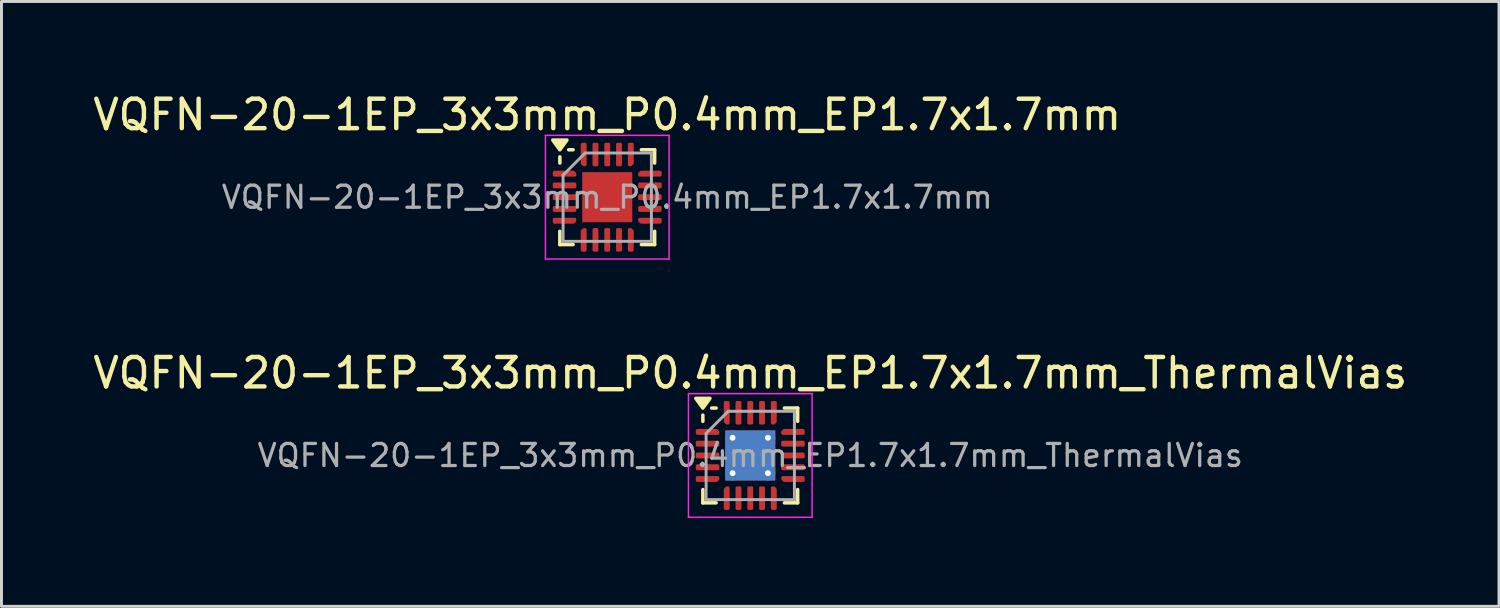
<source format=kicad_pcb>
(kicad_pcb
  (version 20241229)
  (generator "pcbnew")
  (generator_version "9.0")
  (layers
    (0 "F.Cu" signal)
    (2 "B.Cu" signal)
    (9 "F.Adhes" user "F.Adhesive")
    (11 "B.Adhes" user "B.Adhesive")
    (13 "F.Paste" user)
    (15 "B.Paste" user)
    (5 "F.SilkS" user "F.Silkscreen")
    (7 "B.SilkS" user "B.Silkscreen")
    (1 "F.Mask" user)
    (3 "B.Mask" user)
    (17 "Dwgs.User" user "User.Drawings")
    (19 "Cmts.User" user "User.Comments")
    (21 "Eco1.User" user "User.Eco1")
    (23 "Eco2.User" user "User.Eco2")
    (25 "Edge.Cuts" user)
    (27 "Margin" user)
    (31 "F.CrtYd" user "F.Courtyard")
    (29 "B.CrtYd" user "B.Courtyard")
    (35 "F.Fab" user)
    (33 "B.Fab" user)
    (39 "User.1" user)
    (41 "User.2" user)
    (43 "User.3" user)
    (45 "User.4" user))
  (footprint "VQFN-20-1EP_3x3mm_P0.4mm_EP1.7x1.7mm"
    (layer "F.Cu")
    (at 17.577 3.648)
    (property "Reference" "VQFN-20-1EP_3x3mm_P0.4mm_EP1.7x1.7mm" (at 0 -2.8 0) (layer "F.SilkS") (effects (font (size 1 1) (thickness 0.15))))
    (attr smd)
    (fp_line (start -1.61 -1.16) (end -1.61 -1.37) (stroke (width 0.12) (type solid)) (layer "F.SilkS"))
    (fp_line (start -1.61 1.61) (end -1.61 1.16) (stroke (width 0.12) (type solid)) (layer "F.SilkS"))
    (fp_line (start -1.16 -1.61) (end -1.31 -1.61) (stroke (width 0.12) (type solid)) (layer "F.SilkS"))
    (fp_line (start -1.16 1.61) (end -1.61 1.61) (stroke (width 0.12) (type solid)) (layer "F.SilkS"))
    (fp_line (start 1.16 -1.61) (end 1.61 -1.61) (stroke (width 0.12) (type solid)) (layer "F.SilkS"))
    (fp_line (start 1.16 1.61) (end 1.61 1.61) (stroke (width 0.12) (type solid)) (layer "F.SilkS"))
    (fp_line (start 1.61 -1.61) (end 1.61 -1.16) (stroke (width 0.12) (type solid)) (layer "F.SilkS"))
    (fp_line (start 1.61 1.61) (end 1.61 1.16) (stroke (width 0.12) (type solid)) (layer "F.SilkS"))
    (fp_poly (pts (xy -1.61 -1.61) (xy -1.85 -1.94) (xy -1.37 -1.94) (xy -1.61 -1.61)) (stroke (width 0.12) (type solid)) (fill yes) (layer "F.SilkS"))
    (fp_line (start -2.1 -2.1) (end -2.1 2.1) (stroke (width 0.05) (type solid)) (layer "F.CrtYd"))
    (fp_line (start -2.1 2.1) (end 2.1 2.1) (stroke (width 0.05) (type solid)) (layer "F.CrtYd"))
    (fp_line (start 2.1 -2.1) (end -2.1 -2.1) (stroke (width 0.05) (type solid)) (layer "F.CrtYd"))
    (fp_line (start 2.1 2.1) (end 2.1 -2.1) (stroke (width 0.05) (type solid)) (layer "F.CrtYd"))
    (fp_line (start -1.5 -0.75) (end -0.75 -1.5) (stroke (width 0.1) (type solid)) (layer "F.Fab"))
    (fp_line (start -1.5 1.5) (end -1.5 -0.75) (stroke (width 0.1) (type solid)) (layer "F.Fab"))
    (fp_line (start -0.75 -1.5) (end 1.5 -1.5) (stroke (width 0.1) (type solid)) (layer "F.Fab"))
    (fp_line (start 1.5 -1.5) (end 1.5 1.5) (stroke (width 0.1) (type solid)) (layer "F.Fab"))
    (fp_line (start 1.5 1.5) (end -1.5 1.5) (stroke (width 0.1) (type solid)) (layer "F.Fab"))
    (fp_text user "${REFERENCE}" (at 0 0 0) (layer "F.Fab") (effects (font (size 0.75 0.75) (thickness 0.11))))
    (pad "" smd roundrect (at -0.425 -0.425) (size 0.69 0.69) (layers "F.Paste") (roundrect_rratio 0.25))
    (pad "" smd roundrect (at -0.425 0.425) (size 0.69 0.69) (layers "F.Paste") (roundrect_rratio 0.25))
    (pad "" smd roundrect (at 0.425 -0.425) (size 0.69 0.69) (layers "F.Paste") (roundrect_rratio 0.25))
    (pad "" smd roundrect (at 0.425 0.425) (size 0.69 0.69) (layers "F.Paste") (roundrect_rratio 0.25))
    (pad "1" smd custom (at -1.45 -0.8) (size 0.143 0.143) (layers "F.Cu" "F.Mask" "F.Paste") (options (anchor circle)) (primitives (gr_poly (pts (xy -0.35 -0.05) (xy 0.299 -0.05) (xy 0.35 0.001) (xy 0.35 0.05) (xy -0.35 0.05)) (width 0.1) (fill yes))))
    (pad "2" smd roundrect (at -1.45 -0.4) (size 0.8 0.2) (layers "F.Cu" "F.Mask" "F.Paste") (roundrect_rratio 0.25))
    (pad "3" smd roundrect (at -1.45 0) (size 0.8 0.2) (layers "F.Cu" "F.Mask" "F.Paste") (roundrect_rratio 0.25))
    (pad "4" smd roundrect (at -1.45 0.4) (size 0.8 0.2) (layers "F.Cu" "F.Mask" "F.Paste") (roundrect_rratio 0.25))
    (pad "5" smd custom (at -1.45 0.8) (size 0.143 0.143) (layers "F.Cu" "F.Mask" "F.Paste") (options (anchor circle)) (primitives (gr_poly (pts (xy -0.35 -0.05) (xy 0.35 -0.05) (xy 0.35 -0.001) (xy 0.299 0.05) (xy -0.35 0.05)) (width 0.1) (fill yes))))
    (pad "6" smd custom (at -0.8 1.45) (size 0.143 0.143) (layers "F.Cu" "F.Mask" "F.Paste") (options (anchor circle)) (primitives (gr_poly (pts (xy -0.05 -0.299) (xy 0.001 -0.35) (xy 0.05 -0.35) (xy 0.05 0.35) (xy -0.05 0.35)) (width 0.1) (fill yes))))
    (pad "7" smd roundrect (at -0.4 1.45) (size 0.2 0.8) (layers "F.Cu" "F.Mask" "F.Paste") (roundrect_rratio 0.25))
    (pad "8" smd roundrect (at 0 1.45) (size 0.2 0.8) (layers "F.Cu" "F.Mask" "F.Paste") (roundrect_rratio 0.25))
    (pad "9" smd roundrect (at 0.4 1.45) (size 0.2 0.8) (layers "F.Cu" "F.Mask" "F.Paste") (roundrect_rratio 0.25))
    (pad "10" smd custom (at 0.8 1.45) (size 0.143 0.143) (layers "F.Cu" "F.Mask" "F.Paste") (options (anchor circle)) (primitives (gr_poly (pts (xy -0.05 -0.35) (xy -0.001 -0.35) (xy 0.05 -0.299) (xy 0.05 0.35) (xy -0.05 0.35)) (width 0.1) (fill yes))))
    (pad "11" smd custom (at 1.45 0.8) (size 0.143 0.143) (layers "F.Cu" "F.Mask" "F.Paste") (options (anchor circle)) (primitives (gr_poly (pts (xy -0.35 -0.05) (xy 0.35 -0.05) (xy 0.35 0.05) (xy -0.299 0.05) (xy -0.35 -0.001)) (width 0.1) (fill yes))))
    (pad "12" smd roundrect (at 1.45 0.4) (size 0.8 0.2) (layers "F.Cu" "F.Mask" "F.Paste") (roundrect_rratio 0.25))
    (pad "13" smd roundrect (at 1.45 0) (size 0.8 0.2) (layers "F.Cu" "F.Mask" "F.Paste") (roundrect_rratio 0.25))
    (pad "14" smd roundrect (at 1.45 -0.4) (size 0.8 0.2) (layers "F.Cu" "F.Mask" "F.Paste") (roundrect_rratio 0.25))
    (pad "15" smd custom (at 1.45 -0.8) (size 0.143 0.143) (layers "F.Cu" "F.Mask" "F.Paste") (options (anchor circle)) (primitives (gr_poly (pts (xy -0.35 0.001) (xy -0.299 -0.05) (xy 0.35 -0.05) (xy 0.35 0.05) (xy -0.35 0.05)) (width 0.1) (fill yes))))
    (pad "16" smd custom (at 0.8 -1.45) (size 0.143 0.143) (layers "F.Cu" "F.Mask" "F.Paste") (options (anchor circle)) (primitives (gr_poly (pts (xy -0.05 -0.35) (xy 0.05 -0.35) (xy 0.05 0.299) (xy -0.001 0.35) (xy -0.05 0.35)) (width 0.1) (fill yes))))
    (pad "17" smd roundrect (at 0.4 -1.45) (size 0.2 0.8) (layers "F.Cu" "F.Mask" "F.Paste") (roundrect_rratio 0.25))
    (pad "18" smd roundrect (at 0 -1.45) (size 0.2 0.8) (layers "F.Cu" "F.Mask" "F.Paste") (roundrect_rratio 0.25))
    (pad "19" smd roundrect (at -0.4 -1.45) (size 0.2 0.8) (layers "F.Cu" "F.Mask" "F.Paste") (roundrect_rratio 0.25))
    (pad "20" smd custom (at -0.8 -1.45) (size 0.143 0.143) (layers "F.Cu" "F.Mask" "F.Paste") (options (anchor circle)) (primitives (gr_poly (pts (xy -0.05 -0.35) (xy 0.05 -0.35) (xy 0.05 0.35) (xy 0.001 0.35) (xy -0.05 0.299)) (width 0.1) (fill yes))))
    (pad "21" smd rect (at 0 0) (size 1.7 1.7) (property pad_prop_heatsink) (layers "F.Cu" "F.Mask")))
  (footprint "VQFN-20-1EP_3x3mm_P0.4mm_EP1.7x1.7mm_ThermalVias"
    (layer "F.Cu")
    (at 22.435 12.421)
    (property "Reference" "VQFN-20-1EP_3x3mm_P0.4mm_EP1.7x1.7mm_ThermalVias" (at 0 -2.8 0) (layer "F.SilkS") (effects (font (size 1 1) (thickness 0.15))))
    (attr smd)
    (fp_line (start -1.61 -1.16) (end -1.61 -1.37) (stroke (width 0.12) (type solid)) (layer "F.SilkS"))
    (fp_line (start -1.61 1.61) (end -1.61 1.16) (stroke (width 0.12) (type solid)) (layer "F.SilkS"))
    (fp_line (start -1.16 -1.61) (end -1.31 -1.61) (stroke (width 0.12) (type solid)) (layer "F.SilkS"))
    (fp_line (start -1.16 1.61) (end -1.61 1.61) (stroke (width 0.12) (type solid)) (layer "F.SilkS"))
    (fp_line (start 1.16 -1.61) (end 1.61 -1.61) (stroke (width 0.12) (type solid)) (layer "F.SilkS"))
    (fp_line (start 1.16 1.61) (end 1.61 1.61) (stroke (width 0.12) (type solid)) (layer "F.SilkS"))
    (fp_line (start 1.61 -1.61) (end 1.61 -1.16) (stroke (width 0.12) (type solid)) (layer "F.SilkS"))
    (fp_line (start 1.61 1.61) (end 1.61 1.16) (stroke (width 0.12) (type solid)) (layer "F.SilkS"))
    (fp_poly (pts (xy -1.61 -1.61) (xy -1.85 -1.94) (xy -1.37 -1.94) (xy -1.61 -1.61)) (stroke (width 0.12) (type solid)) (fill yes) (layer "F.SilkS"))
    (fp_line (start -2.1 -2.1) (end -2.1 2.1) (stroke (width 0.05) (type solid)) (layer "F.CrtYd"))
    (fp_line (start -2.1 2.1) (end 2.1 2.1) (stroke (width 0.05) (type solid)) (layer "F.CrtYd"))
    (fp_line (start 2.1 -2.1) (end -2.1 -2.1) (stroke (width 0.05) (type solid)) (layer "F.CrtYd"))
    (fp_line (start 2.1 2.1) (end 2.1 -2.1) (stroke (width 0.05) (type solid)) (layer "F.CrtYd"))
    (fp_line (start -1.5 -0.75) (end -0.75 -1.5) (stroke (width 0.1) (type solid)) (layer "F.Fab"))
    (fp_line (start -1.5 1.5) (end -1.5 -0.75) (stroke (width 0.1) (type solid)) (layer "F.Fab"))
    (fp_line (start -0.75 -1.5) (end 1.5 -1.5) (stroke (width 0.1) (type solid)) (layer "F.Fab"))
    (fp_line (start 1.5 -1.5) (end 1.5 1.5) (stroke (width 0.1) (type solid)) (layer "F.Fab"))
    (fp_line (start 1.5 1.5) (end -1.5 1.5) (stroke (width 0.1) (type solid)) (layer "F.Fab"))
    (fp_text user "${REFERENCE}" (at 0 0 0) (layer "F.Fab") (effects (font (size 0.75 0.75) (thickness 0.11))))
    (pad "" smd roundrect (at -0.425 -0.425) (size 0.74 0.74) (layers "F.Paste") (roundrect_rratio 0.25))
    (pad "" smd roundrect (at -0.425 0.425) (size 0.74 0.74) (layers "F.Paste") (roundrect_rratio 0.25))
    (pad "" smd roundrect (at 0.425 -0.425) (size 0.74 0.74) (layers "F.Paste") (roundrect_rratio 0.25))
    (pad "" smd roundrect (at 0.425 0.425) (size 0.74 0.74) (layers "F.Paste") (roundrect_rratio 0.25))
    (pad "1" smd custom (at -1.45 -0.8) (size 0.143 0.143) (layers "F.Cu" "F.Mask" "F.Paste") (options (anchor circle)) (primitives (gr_poly (pts (xy -0.35 -0.05) (xy 0.299 -0.05) (xy 0.35 0.001) (xy 0.35 0.05) (xy -0.35 0.05)) (width 0.1) (fill yes))))
    (pad "2" smd roundrect (at -1.45 -0.4) (size 0.8 0.2) (layers "F.Cu" "F.Mask" "F.Paste") (roundrect_rratio 0.25))
    (pad "3" smd roundrect (at -1.45 0) (size 0.8 0.2) (layers "F.Cu" "F.Mask" "F.Paste") (roundrect_rratio 0.25))
    (pad "4" smd roundrect (at -1.45 0.4) (size 0.8 0.2) (layers "F.Cu" "F.Mask" "F.Paste") (roundrect_rratio 0.25))
    (pad "5" smd custom (at -1.45 0.8) (size 0.143 0.143) (layers "F.Cu" "F.Mask" "F.Paste") (options (anchor circle)) (primitives (gr_poly (pts (xy -0.35 -0.05) (xy 0.35 -0.05) (xy 0.35 -0.001) (xy 0.299 0.05) (xy -0.35 0.05)) (width 0.1) (fill yes))))
    (pad "6" smd custom (at -0.8 1.45) (size 0.143 0.143) (layers "F.Cu" "F.Mask" "F.Paste") (options (anchor circle)) (primitives (gr_poly (pts (xy -0.05 -0.299) (xy 0.001 -0.35) (xy 0.05 -0.35) (xy 0.05 0.35) (xy -0.05 0.35)) (width 0.1) (fill yes))))
    (pad "7" smd roundrect (at -0.4 1.45) (size 0.2 0.8) (layers "F.Cu" "F.Mask" "F.Paste") (roundrect_rratio 0.25))
    (pad "8" smd roundrect (at 0 1.45) (size 0.2 0.8) (layers "F.Cu" "F.Mask" "F.Paste") (roundrect_rratio 0.25))
    (pad "9" smd roundrect (at 0.4 1.45) (size 0.2 0.8) (layers "F.Cu" "F.Mask" "F.Paste") (roundrect_rratio 0.25))
    (pad "10" smd custom (at 0.8 1.45) (size 0.143 0.143) (layers "F.Cu" "F.Mask" "F.Paste") (options (anchor circle)) (primitives (gr_poly (pts (xy -0.05 -0.35) (xy -0.001 -0.35) (xy 0.05 -0.299) (xy 0.05 0.35) (xy -0.05 0.35)) (width 0.1) (fill yes))))
    (pad "11" smd custom (at 1.45 0.8) (size 0.143 0.143) (layers "F.Cu" "F.Mask" "F.Paste") (options (anchor circle)) (primitives (gr_poly (pts (xy -0.35 -0.05) (xy 0.35 -0.05) (xy 0.35 0.05) (xy -0.299 0.05) (xy -0.35 -0.001)) (width 0.1) (fill yes))))
    (pad "12" smd roundrect (at 1.45 0.4) (size 0.8 0.2) (layers "F.Cu" "F.Mask" "F.Paste") (roundrect_rratio 0.25))
    (pad "13" smd roundrect (at 1.45 0) (size 0.8 0.2) (layers "F.Cu" "F.Mask" "F.Paste") (roundrect_rratio 0.25))
    (pad "14" smd roundrect (at 1.45 -0.4) (size 0.8 0.2) (layers "F.Cu" "F.Mask" "F.Paste") (roundrect_rratio 0.25))
    (pad "15" smd custom (at 1.45 -0.8) (size 0.143 0.143) (layers "F.Cu" "F.Mask" "F.Paste") (options (anchor circle)) (primitives (gr_poly (pts (xy -0.35 0.001) (xy -0.299 -0.05) (xy 0.35 -0.05) (xy 0.35 0.05) (xy -0.35 0.05)) (width 0.1) (fill yes))))
    (pad "16" smd custom (at 0.8 -1.45) (size 0.143 0.143) (layers "F.Cu" "F.Mask" "F.Paste") (options (anchor circle)) (primitives (gr_poly (pts (xy -0.05 -0.35) (xy 0.05 -0.35) (xy 0.05 0.299) (xy -0.001 0.35) (xy -0.05 0.35)) (width 0.1) (fill yes))))
    (pad "17" smd roundrect (at 0.4 -1.45) (size 0.2 0.8) (layers "F.Cu" "F.Mask" "F.Paste") (roundrect_rratio 0.25))
    (pad "18" smd roundrect (at 0 -1.45) (size 0.2 0.8) (layers "F.Cu" "F.Mask" "F.Paste") (roundrect_rratio 0.25))
    (pad "19" smd roundrect (at -0.4 -1.45) (size 0.2 0.8) (layers "F.Cu" "F.Mask" "F.Paste") (roundrect_rratio 0.25))
    (pad "20" smd custom (at -0.8 -1.45) (size 0.143 0.143) (layers "F.Cu" "F.Mask" "F.Paste") (options (anchor circle)) (primitives (gr_poly (pts (xy -0.05 -0.35) (xy 0.05 -0.35) (xy 0.05 0.35) (xy 0.001 0.35) (xy -0.05 0.299)) (width 0.1) (fill yes))))
    (pad "21" thru_hole circle (at -0.6 -0.6) (size 0.5 0.5) (drill 0.2) (property pad_prop_heatsink) (layers "*.Cu"))
    (pad "21" thru_hole circle (at -0.6 0.6) (size 0.5 0.5) (drill 0.2) (property pad_prop_heatsink) (layers "*.Cu"))
    (pad "21" smd rect (at 0 0) (size 1.7 1.7) (property pad_prop_heatsink) (layers "F.Cu" "F.Mask"))
    (pad "21" smd rect (at 0 0) (size 1.7 1.7) (property pad_prop_heatsink) (layers "B.Cu"))
    (pad "21" thru_hole circle (at 0.6 -0.6) (size 0.5 0.5) (drill 0.2) (property pad_prop_heatsink) (layers "*.Cu"))
    (pad "21" thru_hole circle (at 0.6 0.6) (size 0.5 0.5) (drill 0.2) (property pad_prop_heatsink) (layers "*.Cu")))
  (gr_rect
    (start -3 -3)
    (end 47.869 17.547)
    (stroke (width 0.1) (type default))
    (fill no)
    (layer "Edge.Cuts")))
</source>
